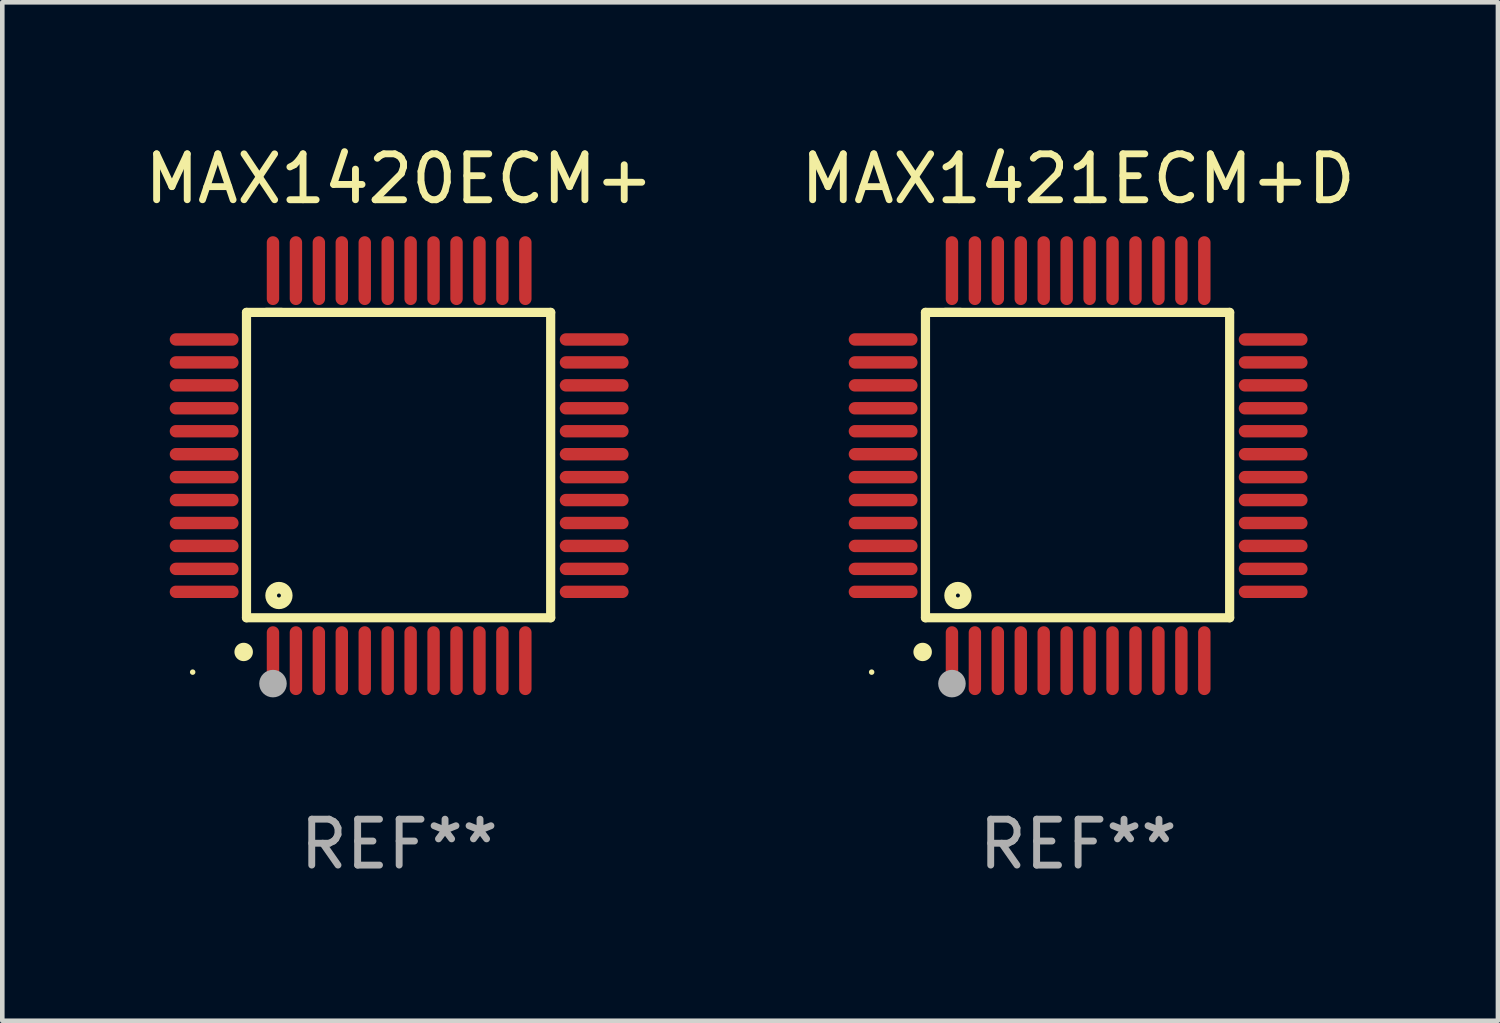
<source format=kicad_pcb>
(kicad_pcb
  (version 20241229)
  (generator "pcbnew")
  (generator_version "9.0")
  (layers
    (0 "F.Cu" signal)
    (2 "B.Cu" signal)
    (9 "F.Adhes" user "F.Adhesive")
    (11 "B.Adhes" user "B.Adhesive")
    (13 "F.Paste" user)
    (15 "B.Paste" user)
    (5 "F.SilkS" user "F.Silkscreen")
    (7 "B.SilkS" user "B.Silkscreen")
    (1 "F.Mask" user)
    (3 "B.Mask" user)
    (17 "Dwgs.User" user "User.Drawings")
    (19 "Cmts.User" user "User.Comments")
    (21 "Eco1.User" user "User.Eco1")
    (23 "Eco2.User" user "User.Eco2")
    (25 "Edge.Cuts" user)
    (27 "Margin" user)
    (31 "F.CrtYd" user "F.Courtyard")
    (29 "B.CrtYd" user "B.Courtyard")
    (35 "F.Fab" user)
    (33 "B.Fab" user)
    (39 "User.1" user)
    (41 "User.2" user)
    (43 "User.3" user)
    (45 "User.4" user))
  (footprint "MAX1420ECM+"
    (layer "F.Cu")
    (at 5.649 7.098)
    (property "Reference" "MAX1420ECM+" (at 0 -6.25 0) (layer "F.SilkS") (effects (font (size 1 1) (thickness 0.15))))
    (attr through_hole)
    (fp_line (start -3.327 -3.34) (end -2.565 -3.34) (stroke (width 0.2) (type solid)) (layer "F.SilkS"))
    (fp_line (start -3.327 3.315) (end -3.327 -3.34) (stroke (width 0.2) (type solid)) (layer "F.SilkS"))
    (fp_line (start -2.896 -3.34) (end 3.302 -3.34) (stroke (width 0.2) (type solid)) (layer "F.SilkS"))
    (fp_line (start 3.302 -3.34) (end 3.302 3.315) (stroke (width 0.2) (type solid)) (layer "F.SilkS"))
    (fp_line (start 3.302 3.315) (end -3.327 3.315) (stroke (width 0.2) (type solid)) (layer "F.SilkS"))
    (fp_arc (start -3.389992 4.059995) (mid -3.388722 4.059991) (end -3.387452 4.059995) (stroke (width 0.4) (type solid)) (layer "F.SilkS"))
    (fp_circle (center -4.5 4.5) (end -4.47 4.5) (stroke (width 0.06) (type solid)) (fill no) (layer "F.SilkS"))
    (fp_circle (center -2.62 2.83) (end -2.45 2.83) (stroke (width 0.254) (type solid)) (fill no) (layer "F.SilkS"))
    (fp_circle (center -2.75 4.75) (end -2.6 4.75) (stroke (width 0.3) (type solid)) (fill no) (layer "F.Fab"))
    (fp_text user "REF**" (at 0 8.25 0) (layer "F.Fab") (effects (font (size 1 1) (thickness 0.15))))
    (pad "1" smd oval (at -2.75 4.25) (size 0.27 1.5) (layers "F.Cu" "F.Mask" "F.Paste"))
    (pad "2" smd oval (at -2.25 4.25) (size 0.27 1.5) (layers "F.Cu" "F.Mask" "F.Paste"))
    (pad "3" smd oval (at -1.75 4.25) (size 0.27 1.5) (layers "F.Cu" "F.Mask" "F.Paste"))
    (pad "4" smd oval (at -1.25 4.25) (size 0.27 1.5) (layers "F.Cu" "F.Mask" "F.Paste"))
    (pad "5" smd oval (at -0.75 4.25) (size 0.27 1.5) (layers "F.Cu" "F.Mask" "F.Paste"))
    (pad "6" smd oval (at -0.25 4.25) (size 0.27 1.5) (layers "F.Cu" "F.Mask" "F.Paste"))
    (pad "7" smd oval (at 0.25 4.25) (size 0.27 1.5) (layers "F.Cu" "F.Mask" "F.Paste"))
    (pad "8" smd oval (at 0.75 4.25) (size 0.27 1.5) (layers "F.Cu" "F.Mask" "F.Paste"))
    (pad "9" smd oval (at 1.25 4.25) (size 0.27 1.5) (layers "F.Cu" "F.Mask" "F.Paste"))
    (pad "10" smd oval (at 1.75 4.25) (size 0.27 1.5) (layers "F.Cu" "F.Mask" "F.Paste"))
    (pad "11" smd oval (at 2.25 4.25) (size 0.27 1.5) (layers "F.Cu" "F.Mask" "F.Paste"))
    (pad "12" smd oval (at 2.75 4.25) (size 0.27 1.5) (layers "F.Cu" "F.Mask" "F.Paste"))
    (pad "13" smd oval (at 4.25 2.75) (size 1.5 0.27) (layers "F.Cu" "F.Mask" "F.Paste"))
    (pad "14" smd oval (at 4.25 2.25) (size 1.5 0.27) (layers "F.Cu" "F.Mask" "F.Paste"))
    (pad "15" smd oval (at 4.25 1.75) (size 1.5 0.27) (layers "F.Cu" "F.Mask" "F.Paste"))
    (pad "16" smd oval (at 4.25 1.25) (size 1.5 0.27) (layers "F.Cu" "F.Mask" "F.Paste"))
    (pad "17" smd oval (at 4.25 0.75) (size 1.5 0.27) (layers "F.Cu" "F.Mask" "F.Paste"))
    (pad "18" smd oval (at 4.25 0.25) (size 1.5 0.27) (layers "F.Cu" "F.Mask" "F.Paste"))
    (pad "19" smd oval (at 4.25 -0.25) (size 1.5 0.27) (layers "F.Cu" "F.Mask" "F.Paste"))
    (pad "20" smd oval (at 4.25 -0.75) (size 1.5 0.27) (layers "F.Cu" "F.Mask" "F.Paste"))
    (pad "21" smd oval (at 4.25 -1.25) (size 1.5 0.27) (layers "F.Cu" "F.Mask" "F.Paste"))
    (pad "22" smd oval (at 4.25 -1.75) (size 1.5 0.27) (layers "F.Cu" "F.Mask" "F.Paste"))
    (pad "23" smd oval (at 4.25 -2.25) (size 1.5 0.27) (layers "F.Cu" "F.Mask" "F.Paste"))
    (pad "24" smd oval (at 4.25 -2.75) (size 1.5 0.27) (layers "F.Cu" "F.Mask" "F.Paste"))
    (pad "25" smd oval (at 2.75 -4.25) (size 0.27 1.5) (layers "F.Cu" "F.Mask" "F.Paste"))
    (pad "26" smd oval (at 2.25 -4.25) (size 0.27 1.5) (layers "F.Cu" "F.Mask" "F.Paste"))
    (pad "27" smd oval (at 1.75 -4.25) (size 0.27 1.5) (layers "F.Cu" "F.Mask" "F.Paste"))
    (pad "28" smd oval (at 1.25 -4.25) (size 0.27 1.5) (layers "F.Cu" "F.Mask" "F.Paste"))
    (pad "29" smd oval (at 0.75 -4.25) (size 0.27 1.5) (layers "F.Cu" "F.Mask" "F.Paste"))
    (pad "30" smd oval (at 0.25 -4.25) (size 0.27 1.5) (layers "F.Cu" "F.Mask" "F.Paste"))
    (pad "31" smd oval (at -0.25 -4.25) (size 0.27 1.5) (layers "F.Cu" "F.Mask" "F.Paste"))
    (pad "32" smd oval (at -0.75 -4.25) (size 0.27 1.5) (layers "F.Cu" "F.Mask" "F.Paste"))
    (pad "33" smd oval (at -1.25 -4.25) (size 0.27 1.5) (layers "F.Cu" "F.Mask" "F.Paste"))
    (pad "34" smd oval (at -1.75 -4.25) (size 0.27 1.5) (layers "F.Cu" "F.Mask" "F.Paste"))
    (pad "35" smd oval (at -2.25 -4.25) (size 0.27 1.5) (layers "F.Cu" "F.Mask" "F.Paste"))
    (pad "36" smd oval (at -2.75 -4.25) (size 0.27 1.5) (layers "F.Cu" "F.Mask" "F.Paste"))
    (pad "37" smd oval (at -4.25 -2.75) (size 1.5 0.27) (layers "F.Cu" "F.Mask" "F.Paste"))
    (pad "38" smd oval (at -4.25 -2.25) (size 1.5 0.27) (layers "F.Cu" "F.Mask" "F.Paste"))
    (pad "39" smd oval (at -4.25 -1.75) (size 1.5 0.27) (layers "F.Cu" "F.Mask" "F.Paste"))
    (pad "40" smd oval (at -4.25 -1.25) (size 1.5 0.27) (layers "F.Cu" "F.Mask" "F.Paste"))
    (pad "41" smd oval (at -4.25 -0.75) (size 1.5 0.27) (layers "F.Cu" "F.Mask" "F.Paste"))
    (pad "42" smd oval (at -4.25 -0.25) (size 1.5 0.27) (layers "F.Cu" "F.Mask" "F.Paste"))
    (pad "43" smd oval (at -4.25 0.25) (size 1.5 0.27) (layers "F.Cu" "F.Mask" "F.Paste"))
    (pad "44" smd oval (at -4.25 0.75) (size 1.5 0.27) (layers "F.Cu" "F.Mask" "F.Paste"))
    (pad "45" smd oval (at -4.25 1.25) (size 1.5 0.27) (layers "F.Cu" "F.Mask" "F.Paste"))
    (pad "46" smd oval (at -4.25 1.75) (size 1.5 0.27) (layers "F.Cu" "F.Mask" "F.Paste"))
    (pad "47" smd oval (at -4.25 2.25) (size 1.5 0.27) (layers "F.Cu" "F.Mask" "F.Paste"))
    (pad "48" smd oval (at -4.25 2.75) (size 1.5 0.27) (layers "F.Cu" "F.Mask" "F.Paste")))
  (footprint "MAX1421ECM+D"
    (layer "F.Cu")
    (at 20.446 7.098)
    (property "Reference" "MAX1421ECM+D" (at 0 -6.25 0) (layer "F.SilkS") (effects (font (size 1 1) (thickness 0.15))))
    (attr through_hole)
    (fp_line (start -3.327 -3.34) (end -2.565 -3.34) (stroke (width 0.2) (type solid)) (layer "F.SilkS"))
    (fp_line (start -3.327 3.315) (end -3.327 -3.34) (stroke (width 0.2) (type solid)) (layer "F.SilkS"))
    (fp_line (start -2.896 -3.34) (end 3.302 -3.34) (stroke (width 0.2) (type solid)) (layer "F.SilkS"))
    (fp_line (start 3.302 -3.34) (end 3.302 3.315) (stroke (width 0.2) (type solid)) (layer "F.SilkS"))
    (fp_line (start 3.302 3.315) (end -3.327 3.315) (stroke (width 0.2) (type solid)) (layer "F.SilkS"))
    (fp_arc (start -3.389992 4.059995) (mid -3.388722 4.059991) (end -3.387452 4.059995) (stroke (width 0.4) (type solid)) (layer "F.SilkS"))
    (fp_circle (center -4.5 4.5) (end -4.47 4.5) (stroke (width 0.06) (type solid)) (fill no) (layer "F.SilkS"))
    (fp_circle (center -2.62 2.83) (end -2.45 2.83) (stroke (width 0.254) (type solid)) (fill no) (layer "F.SilkS"))
    (fp_circle (center -2.75 4.75) (end -2.6 4.75) (stroke (width 0.3) (type solid)) (fill no) (layer "F.Fab"))
    (fp_text user "REF**" (at 0 8.25 0) (layer "F.Fab") (effects (font (size 1 1) (thickness 0.15))))
    (pad "1" smd oval (at -2.75 4.25) (size 0.27 1.5) (layers "F.Cu" "F.Mask" "F.Paste"))
    (pad "2" smd oval (at -2.25 4.25) (size 0.27 1.5) (layers "F.Cu" "F.Mask" "F.Paste"))
    (pad "3" smd oval (at -1.75 4.25) (size 0.27 1.5) (layers "F.Cu" "F.Mask" "F.Paste"))
    (pad "4" smd oval (at -1.25 4.25) (size 0.27 1.5) (layers "F.Cu" "F.Mask" "F.Paste"))
    (pad "5" smd oval (at -0.75 4.25) (size 0.27 1.5) (layers "F.Cu" "F.Mask" "F.Paste"))
    (pad "6" smd oval (at -0.25 4.25) (size 0.27 1.5) (layers "F.Cu" "F.Mask" "F.Paste"))
    (pad "7" smd oval (at 0.25 4.25) (size 0.27 1.5) (layers "F.Cu" "F.Mask" "F.Paste"))
    (pad "8" smd oval (at 0.75 4.25) (size 0.27 1.5) (layers "F.Cu" "F.Mask" "F.Paste"))
    (pad "9" smd oval (at 1.25 4.25) (size 0.27 1.5) (layers "F.Cu" "F.Mask" "F.Paste"))
    (pad "10" smd oval (at 1.75 4.25) (size 0.27 1.5) (layers "F.Cu" "F.Mask" "F.Paste"))
    (pad "11" smd oval (at 2.25 4.25) (size 0.27 1.5) (layers "F.Cu" "F.Mask" "F.Paste"))
    (pad "12" smd oval (at 2.75 4.25) (size 0.27 1.5) (layers "F.Cu" "F.Mask" "F.Paste"))
    (pad "13" smd oval (at 4.25 2.75) (size 1.5 0.27) (layers "F.Cu" "F.Mask" "F.Paste"))
    (pad "14" smd oval (at 4.25 2.25) (size 1.5 0.27) (layers "F.Cu" "F.Mask" "F.Paste"))
    (pad "15" smd oval (at 4.25 1.75) (size 1.5 0.27) (layers "F.Cu" "F.Mask" "F.Paste"))
    (pad "16" smd oval (at 4.25 1.25) (size 1.5 0.27) (layers "F.Cu" "F.Mask" "F.Paste"))
    (pad "17" smd oval (at 4.25 0.75) (size 1.5 0.27) (layers "F.Cu" "F.Mask" "F.Paste"))
    (pad "18" smd oval (at 4.25 0.25) (size 1.5 0.27) (layers "F.Cu" "F.Mask" "F.Paste"))
    (pad "19" smd oval (at 4.25 -0.25) (size 1.5 0.27) (layers "F.Cu" "F.Mask" "F.Paste"))
    (pad "20" smd oval (at 4.25 -0.75) (size 1.5 0.27) (layers "F.Cu" "F.Mask" "F.Paste"))
    (pad "21" smd oval (at 4.25 -1.25) (size 1.5 0.27) (layers "F.Cu" "F.Mask" "F.Paste"))
    (pad "22" smd oval (at 4.25 -1.75) (size 1.5 0.27) (layers "F.Cu" "F.Mask" "F.Paste"))
    (pad "23" smd oval (at 4.25 -2.25) (size 1.5 0.27) (layers "F.Cu" "F.Mask" "F.Paste"))
    (pad "24" smd oval (at 4.25 -2.75) (size 1.5 0.27) (layers "F.Cu" "F.Mask" "F.Paste"))
    (pad "25" smd oval (at 2.75 -4.25) (size 0.27 1.5) (layers "F.Cu" "F.Mask" "F.Paste"))
    (pad "26" smd oval (at 2.25 -4.25) (size 0.27 1.5) (layers "F.Cu" "F.Mask" "F.Paste"))
    (pad "27" smd oval (at 1.75 -4.25) (size 0.27 1.5) (layers "F.Cu" "F.Mask" "F.Paste"))
    (pad "28" smd oval (at 1.25 -4.25) (size 0.27 1.5) (layers "F.Cu" "F.Mask" "F.Paste"))
    (pad "29" smd oval (at 0.75 -4.25) (size 0.27 1.5) (layers "F.Cu" "F.Mask" "F.Paste"))
    (pad "30" smd oval (at 0.25 -4.25) (size 0.27 1.5) (layers "F.Cu" "F.Mask" "F.Paste"))
    (pad "31" smd oval (at -0.25 -4.25) (size 0.27 1.5) (layers "F.Cu" "F.Mask" "F.Paste"))
    (pad "32" smd oval (at -0.75 -4.25) (size 0.27 1.5) (layers "F.Cu" "F.Mask" "F.Paste"))
    (pad "33" smd oval (at -1.25 -4.25) (size 0.27 1.5) (layers "F.Cu" "F.Mask" "F.Paste"))
    (pad "34" smd oval (at -1.75 -4.25) (size 0.27 1.5) (layers "F.Cu" "F.Mask" "F.Paste"))
    (pad "35" smd oval (at -2.25 -4.25) (size 0.27 1.5) (layers "F.Cu" "F.Mask" "F.Paste"))
    (pad "36" smd oval (at -2.75 -4.25) (size 0.27 1.5) (layers "F.Cu" "F.Mask" "F.Paste"))
    (pad "37" smd oval (at -4.25 -2.75) (size 1.5 0.27) (layers "F.Cu" "F.Mask" "F.Paste"))
    (pad "38" smd oval (at -4.25 -2.25) (size 1.5 0.27) (layers "F.Cu" "F.Mask" "F.Paste"))
    (pad "39" smd oval (at -4.25 -1.75) (size 1.5 0.27) (layers "F.Cu" "F.Mask" "F.Paste"))
    (pad "40" smd oval (at -4.25 -1.25) (size 1.5 0.27) (layers "F.Cu" "F.Mask" "F.Paste"))
    (pad "41" smd oval (at -4.25 -0.75) (size 1.5 0.27) (layers "F.Cu" "F.Mask" "F.Paste"))
    (pad "42" smd oval (at -4.25 -0.25) (size 1.5 0.27) (layers "F.Cu" "F.Mask" "F.Paste"))
    (pad "43" smd oval (at -4.25 0.25) (size 1.5 0.27) (layers "F.Cu" "F.Mask" "F.Paste"))
    (pad "44" smd oval (at -4.25 0.75) (size 1.5 0.27) (layers "F.Cu" "F.Mask" "F.Paste"))
    (pad "45" smd oval (at -4.25 1.25) (size 1.5 0.27) (layers "F.Cu" "F.Mask" "F.Paste"))
    (pad "46" smd oval (at -4.25 1.75) (size 1.5 0.27) (layers "F.Cu" "F.Mask" "F.Paste"))
    (pad "47" smd oval (at -4.25 2.25) (size 1.5 0.27) (layers "F.Cu" "F.Mask" "F.Paste"))
    (pad "48" smd oval (at -4.25 2.75) (size 1.5 0.27) (layers "F.Cu" "F.Mask" "F.Paste")))
  (gr_rect
    (start -3 -3)
    (end 29.595 19.196)
    (stroke (width 0.1) (type default))
    (fill no)
    (layer "Edge.Cuts")))
</source>
